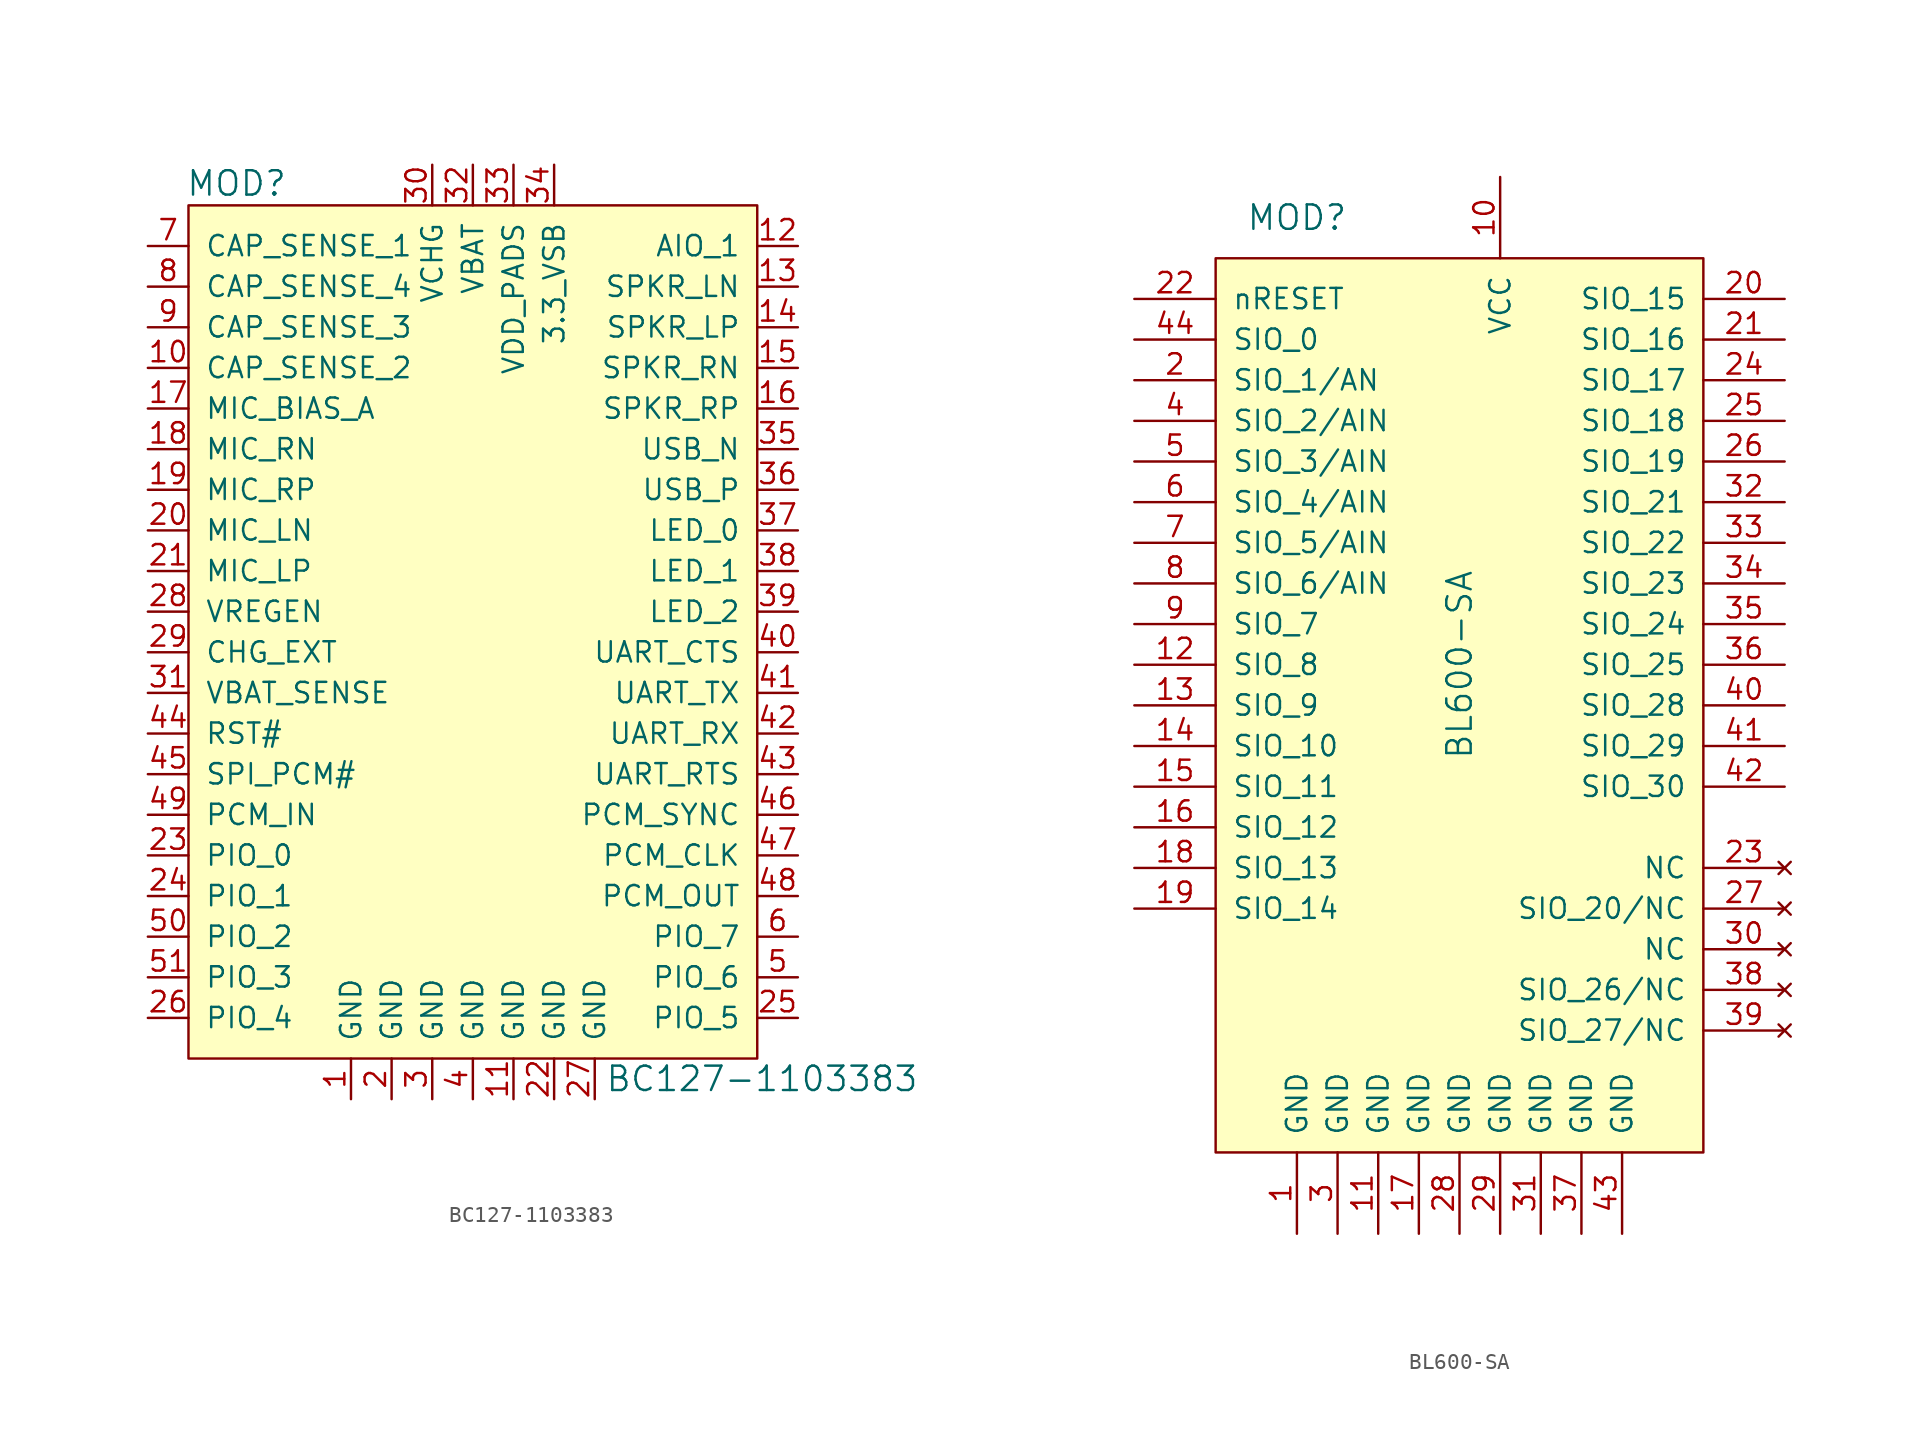
<source format=kicad_sym>
(kicad_symbol_lib
  (version 20211014)
  (generator kicad_symbol_editor)
  (symbol "BC127-1103383"
    (pin_names
      (offset 1.016))
    (property "Reference" "MOD"
      (at -15.418 16.612 0)
      (effects (font (size 1.524 1.524)) (justify left)))
    (property "Value" "BC127-1103383"
      (at 10.795 -39.37 0)
      (effects (font (size 1.524 1.524)) (justify left)))
    (symbol "BC127-1103383_0_1"
      (rectangle (start -15.24 15.24) (end 20.32 -38.1) (stroke (width 0) (type default) (color 0 0 0 0)) (fill (type background))))
    (symbol "BC127-1103383_1_1"
      (pin power_in line (at -5.08 -40.64 90) (length 2.54) (name "GND" (effects (font (size 1.27 1.27)))) (number "1" (effects (font (size 1.27 1.27)))))
      (pin input line (at -17.78 5.08 0) (length 2.54) (name "CAP_SENSE_2" (effects (font (size 1.27 1.27)))) (number "10" (effects (font (size 1.27 1.27)))))
      (pin power_in line (at 5.08 -40.64 90) (length 2.54) (name "GND" (effects (font (size 1.27 1.27)))) (number "11" (effects (font (size 1.27 1.27)))))
      (pin bidirectional line (at 22.86 12.7 180) (length 2.54) (name "AIO_1" (effects (font (size 1.27 1.27)))) (number "12" (effects (font (size 1.27 1.27)))))
      (pin output line (at 22.86 10.16 180) (length 2.54) (name "SPKR_LN" (effects (font (size 1.27 1.27)))) (number "13" (effects (font (size 1.27 1.27)))))
      (pin output line (at 22.86 7.62 180) (length 2.54) (name "SPKR_LP" (effects (font (size 1.27 1.27)))) (number "14" (effects (font (size 1.27 1.27)))))
      (pin output line (at 22.86 5.08 180) (length 2.54) (name "SPKR_RN" (effects (font (size 1.27 1.27)))) (number "15" (effects (font (size 1.27 1.27)))))
      (pin output line (at 22.86 2.54 180) (length 2.54) (name "SPKR_RP" (effects (font (size 1.27 1.27)))) (number "16" (effects (font (size 1.27 1.27)))))
      (pin input line (at -17.78 2.54 0) (length 2.54) (name "MIC_BIAS_A" (effects (font (size 1.27 1.27)))) (number "17" (effects (font (size 1.27 1.27)))))
      (pin input line (at -17.78 0 0) (length 2.54) (name "MIC_RN" (effects (font (size 1.27 1.27)))) (number "18" (effects (font (size 1.27 1.27)))))
      (pin input line (at -17.78 -2.54 0) (length 2.54) (name "MIC_RP" (effects (font (size 1.27 1.27)))) (number "19" (effects (font (size 1.27 1.27)))))
      (pin power_in line (at -2.54 -40.64 90) (length 2.54) (name "GND" (effects (font (size 1.27 1.27)))) (number "2" (effects (font (size 1.27 1.27)))))
      (pin input line (at -17.78 -5.08 0) (length 2.54) (name "MIC_LN" (effects (font (size 1.27 1.27)))) (number "20" (effects (font (size 1.27 1.27)))))
      (pin input line (at -17.78 -7.62 0) (length 2.54) (name "MIC_LP" (effects (font (size 1.27 1.27)))) (number "21" (effects (font (size 1.27 1.27)))))
      (pin power_in line (at 7.62 -40.64 90) (length 2.54) (name "GND" (effects (font (size 1.27 1.27)))) (number "22" (effects (font (size 1.27 1.27)))))
      (pin bidirectional line (at -17.78 -25.4 0) (length 2.54) (name "PIO_0" (effects (font (size 1.27 1.27)))) (number "23" (effects (font (size 1.27 1.27)))))
      (pin bidirectional line (at -17.78 -27.94 0) (length 2.54) (name "PIO_1" (effects (font (size 1.27 1.27)))) (number "24" (effects (font (size 1.27 1.27)))))
      (pin bidirectional line (at 22.86 -35.56 180) (length 2.54) (name "PIO_5" (effects (font (size 1.27 1.27)))) (number "25" (effects (font (size 1.27 1.27)))))
      (pin bidirectional line (at -17.78 -35.56 0) (length 2.54) (name "PIO_4" (effects (font (size 1.27 1.27)))) (number "26" (effects (font (size 1.27 1.27)))))
      (pin power_in line (at 10.16 -40.64 90) (length 2.54) (name "GND" (effects (font (size 1.27 1.27)))) (number "27" (effects (font (size 1.27 1.27)))))
      (pin input line (at -17.78 -10.16 0) (length 2.54) (name "VREGEN" (effects (font (size 1.27 1.27)))) (number "28" (effects (font (size 1.27 1.27)))))
      (pin input line (at -17.78 -12.7 0) (length 2.54) (name "CHG_EXT" (effects (font (size 1.27 1.27)))) (number "29" (effects (font (size 1.27 1.27)))))
      (pin power_in line (at 0 -40.64 90) (length 2.54) (name "GND" (effects (font (size 1.27 1.27)))) (number "3" (effects (font (size 1.27 1.27)))))
      (pin power_in line (at 0 17.78 270) (length 2.54) (name "VCHG" (effects (font (size 1.27 1.27)))) (number "30" (effects (font (size 1.27 1.27)))))
      (pin input line (at -17.78 -15.24 0) (length 2.54) (name "VBAT_SENSE" (effects (font (size 1.27 1.27)))) (number "31" (effects (font (size 1.27 1.27)))))
      (pin power_in line (at 2.54 17.78 270) (length 2.54) (name "VBAT" (effects (font (size 1.27 1.27)))) (number "32" (effects (font (size 1.27 1.27)))))
      (pin power_in line (at 5.08 17.78 270) (length 2.54) (name "VDD_PADS" (effects (font (size 1.27 1.27)))) (number "33" (effects (font (size 1.27 1.27)))))
      (pin power_in line (at 7.62 17.78 270) (length 2.54) (name "3.3_VSB" (effects (font (size 1.27 1.27)))) (number "34" (effects (font (size 1.27 1.27)))))
      (pin bidirectional line (at 22.86 0 180) (length 2.54) (name "USB_N" (effects (font (size 1.27 1.27)))) (number "35" (effects (font (size 1.27 1.27)))))
      (pin bidirectional line (at 22.86 -2.54 180) (length 2.54) (name "USB_P" (effects (font (size 1.27 1.27)))) (number "36" (effects (font (size 1.27 1.27)))))
      (pin output line (at 22.86 -5.08 180) (length 2.54) (name "LED_0" (effects (font (size 1.27 1.27)))) (number "37" (effects (font (size 1.27 1.27)))))
      (pin output line (at 22.86 -7.62 180) (length 2.54) (name "LED_1" (effects (font (size 1.27 1.27)))) (number "38" (effects (font (size 1.27 1.27)))))
      (pin output line (at 22.86 -10.16 180) (length 2.54) (name "LED_2" (effects (font (size 1.27 1.27)))) (number "39" (effects (font (size 1.27 1.27)))))
      (pin power_in line (at 2.54 -40.64 90) (length 2.54) (name "GND" (effects (font (size 1.27 1.27)))) (number "4" (effects (font (size 1.27 1.27)))))
      (pin bidirectional line (at 22.86 -12.7 180) (length 2.54) (name "UART_CTS" (effects (font (size 1.27 1.27)))) (number "40" (effects (font (size 1.27 1.27)))))
      (pin bidirectional line (at 22.86 -15.24 180) (length 2.54) (name "UART_TX" (effects (font (size 1.27 1.27)))) (number "41" (effects (font (size 1.27 1.27)))))
      (pin bidirectional line (at 22.86 -17.78 180) (length 2.54) (name "UART_RX" (effects (font (size 1.27 1.27)))) (number "42" (effects (font (size 1.27 1.27)))))
      (pin bidirectional line (at 22.86 -20.32 180) (length 2.54) (name "UART_RTS" (effects (font (size 1.27 1.27)))) (number "43" (effects (font (size 1.27 1.27)))))
      (pin input line (at -17.78 -17.78 0) (length 2.54) (name "RST#" (effects (font (size 1.27 1.27)))) (number "44" (effects (font (size 1.27 1.27)))))
      (pin input line (at -17.78 -20.32 0) (length 2.54) (name "SPI_PCM#" (effects (font (size 1.27 1.27)))) (number "45" (effects (font (size 1.27 1.27)))))
      (pin bidirectional line (at 22.86 -22.86 180) (length 2.54) (name "PCM_SYNC" (effects (font (size 1.27 1.27)))) (number "46" (effects (font (size 1.27 1.27)))))
      (pin bidirectional line (at 22.86 -25.4 180) (length 2.54) (name "PCM_CLK" (effects (font (size 1.27 1.27)))) (number "47" (effects (font (size 1.27 1.27)))))
      (pin output line (at 22.86 -27.94 180) (length 2.54) (name "PCM_OUT" (effects (font (size 1.27 1.27)))) (number "48" (effects (font (size 1.27 1.27)))))
      (pin input line (at -17.78 -22.86 0) (length 2.54) (name "PCM_IN" (effects (font (size 1.27 1.27)))) (number "49" (effects (font (size 1.27 1.27)))))
      (pin bidirectional line (at 22.86 -33.02 180) (length 2.54) (name "PIO_6" (effects (font (size 1.27 1.27)))) (number "5" (effects (font (size 1.27 1.27)))))
      (pin bidirectional line (at -17.78 -30.48 0) (length 2.54) (name "PIO_2" (effects (font (size 1.27 1.27)))) (number "50" (effects (font (size 1.27 1.27)))))
      (pin bidirectional line (at -17.78 -33.02 0) (length 2.54) (name "PIO_3" (effects (font (size 1.27 1.27)))) (number "51" (effects (font (size 1.27 1.27)))))
      (pin bidirectional line (at 22.86 -30.48 180) (length 2.54) (name "PIO_7" (effects (font (size 1.27 1.27)))) (number "6" (effects (font (size 1.27 1.27)))))
      (pin input line (at -17.78 12.7 0) (length 2.54) (name "CAP_SENSE_1" (effects (font (size 1.27 1.27)))) (number "7" (effects (font (size 1.27 1.27)))))
      (pin input line (at -17.78 10.16 0) (length 2.54) (name "CAP_SENSE_4" (effects (font (size 1.27 1.27)))) (number "8" (effects (font (size 1.27 1.27)))))
      (pin input line (at -17.78 7.62 0) (length 2.54) (name "CAP_SENSE_3" (effects (font (size 1.27 1.27)))) (number "9" (effects (font (size 1.27 1.27)))))))
  (symbol "BL600-SA"
    (pin_names
      (offset 1.016))
    (property "Reference" "MOD"
      (at -7.62 27.94 0)
      (effects (font (size 1.524 1.524))))
    (property "Value" "BL600-SA"
      (at 2.54 0 90)
      (effects (font (size 1.524 1.524))))
    (symbol "BL600-SA_0_1"
      (rectangle (start -12.7 25.4) (end 17.78 -30.48) (stroke (width 0) (type default) (color 0 0 0 0)) (fill (type background))))
    (symbol "BL600-SA_1_1"
      (pin power_in line (at -7.62 -35.56 90) (length 5.08) (name "GND" (effects (font (size 1.27 1.27)))) (number "1" (effects (font (size 1.27 1.27)))))
      (pin power_in line (at 5.08 30.48 270) (length 5.08) (name "VCC" (effects (font (size 1.27 1.27)))) (number "10" (effects (font (size 1.27 1.27)))))
      (pin power_in line (at -2.54 -35.56 90) (length 5.08) (name "GND" (effects (font (size 1.27 1.27)))) (number "11" (effects (font (size 1.27 1.27)))))
      (pin bidirectional line (at -17.78 0 0) (length 5.08) (name "SIO_8" (effects (font (size 1.27 1.27)))) (number "12" (effects (font (size 1.27 1.27)))))
      (pin bidirectional line (at -17.78 -2.54 0) (length 5.08) (name "SIO_9" (effects (font (size 1.27 1.27)))) (number "13" (effects (font (size 1.27 1.27)))))
      (pin bidirectional line (at -17.78 -5.08 0) (length 5.08) (name "SIO_10" (effects (font (size 1.27 1.27)))) (number "14" (effects (font (size 1.27 1.27)))))
      (pin bidirectional line (at -17.78 -7.62 0) (length 5.08) (name "SIO_11" (effects (font (size 1.27 1.27)))) (number "15" (effects (font (size 1.27 1.27)))))
      (pin bidirectional line (at -17.78 -10.16 0) (length 5.08) (name "SIO_12" (effects (font (size 1.27 1.27)))) (number "16" (effects (font (size 1.27 1.27)))))
      (pin bidirectional line (at 0 -35.56 90) (length 5.08) (name "GND" (effects (font (size 1.27 1.27)))) (number "17" (effects (font (size 1.27 1.27)))))
      (pin bidirectional line (at -17.78 -12.7 0) (length 5.08) (name "SIO_13" (effects (font (size 1.27 1.27)))) (number "18" (effects (font (size 1.27 1.27)))))
      (pin bidirectional line (at -17.78 -15.24 0) (length 5.08) (name "SIO_14" (effects (font (size 1.27 1.27)))) (number "19" (effects (font (size 1.27 1.27)))))
      (pin bidirectional line (at -17.78 17.78 0) (length 5.08) (name "SIO_1/AN" (effects (font (size 1.27 1.27)))) (number "2" (effects (font (size 1.27 1.27)))))
      (pin bidirectional line (at 22.86 22.86 180) (length 5.08) (name "SIO_15" (effects (font (size 1.27 1.27)))) (number "20" (effects (font (size 1.27 1.27)))))
      (pin bidirectional line (at 22.86 20.32 180) (length 5.08) (name "SIO_16" (effects (font (size 1.27 1.27)))) (number "21" (effects (font (size 1.27 1.27)))))
      (pin input line (at -17.78 22.86 0) (length 5.08) (name "nRESET" (effects (font (size 1.27 1.27)))) (number "22" (effects (font (size 1.27 1.27)))))
      (pin no_connect line (at 22.86 -12.7 180) (length 5.08) (name "NC" (effects (font (size 1.27 1.27)))) (number "23" (effects (font (size 1.27 1.27)))))
      (pin bidirectional line (at 22.86 17.78 180) (length 5.08) (name "SIO_17" (effects (font (size 1.27 1.27)))) (number "24" (effects (font (size 1.27 1.27)))))
      (pin bidirectional line (at 22.86 15.24 180) (length 5.08) (name "SIO_18" (effects (font (size 1.27 1.27)))) (number "25" (effects (font (size 1.27 1.27)))))
      (pin bidirectional line (at 22.86 12.7 180) (length 5.08) (name "SIO_19" (effects (font (size 1.27 1.27)))) (number "26" (effects (font (size 1.27 1.27)))))
      (pin no_connect line (at 22.86 -15.24 180) (length 5.08) (name "SIO_20/NC" (effects (font (size 1.27 1.27)))) (number "27" (effects (font (size 1.27 1.27)))))
      (pin power_in line (at 2.54 -35.56 90) (length 5.08) (name "GND" (effects (font (size 1.27 1.27)))) (number "28" (effects (font (size 1.27 1.27)))))
      (pin power_in line (at 5.08 -35.56 90) (length 5.08) (name "GND" (effects (font (size 1.27 1.27)))) (number "29" (effects (font (size 1.27 1.27)))))
      (pin power_in line (at -5.08 -35.56 90) (length 5.08) (name "GND" (effects (font (size 1.27 1.27)))) (number "3" (effects (font (size 1.27 1.27)))))
      (pin no_connect line (at 22.86 -17.78 180) (length 5.08) (name "NC" (effects (font (size 1.27 1.27)))) (number "30" (effects (font (size 1.27 1.27)))))
      (pin power_in line (at 7.62 -35.56 90) (length 5.08) (name "GND" (effects (font (size 1.27 1.27)))) (number "31" (effects (font (size 1.27 1.27)))))
      (pin bidirectional line (at 22.86 10.16 180) (length 5.08) (name "SIO_21" (effects (font (size 1.27 1.27)))) (number "32" (effects (font (size 1.27 1.27)))))
      (pin bidirectional line (at 22.86 7.62 180) (length 5.08) (name "SIO_22" (effects (font (size 1.27 1.27)))) (number "33" (effects (font (size 1.27 1.27)))))
      (pin bidirectional line (at 22.86 5.08 180) (length 5.08) (name "SIO_23" (effects (font (size 1.27 1.27)))) (number "34" (effects (font (size 1.27 1.27)))))
      (pin bidirectional line (at 22.86 2.54 180) (length 5.08) (name "SIO_24" (effects (font (size 1.27 1.27)))) (number "35" (effects (font (size 1.27 1.27)))))
      (pin bidirectional line (at 22.86 0 180) (length 5.08) (name "SIO_25" (effects (font (size 1.27 1.27)))) (number "36" (effects (font (size 1.27 1.27)))))
      (pin power_in line (at 10.16 -35.56 90) (length 5.08) (name "GND" (effects (font (size 1.27 1.27)))) (number "37" (effects (font (size 1.27 1.27)))))
      (pin no_connect line (at 22.86 -20.32 180) (length 5.08) (name "SIO_26/NC" (effects (font (size 1.27 1.27)))) (number "38" (effects (font (size 1.27 1.27)))))
      (pin no_connect line (at 22.86 -22.86 180) (length 5.08) (name "SIO_27/NC" (effects (font (size 1.27 1.27)))) (number "39" (effects (font (size 1.27 1.27)))))
      (pin bidirectional line (at -17.78 15.24 0) (length 5.08) (name "SIO_2/AIN" (effects (font (size 1.27 1.27)))) (number "4" (effects (font (size 1.27 1.27)))))
      (pin bidirectional line (at 22.86 -2.54 180) (length 5.08) (name "SIO_28" (effects (font (size 1.27 1.27)))) (number "40" (effects (font (size 1.27 1.27)))))
      (pin bidirectional line (at 22.86 -5.08 180) (length 5.08) (name "SIO_29" (effects (font (size 1.27 1.27)))) (number "41" (effects (font (size 1.27 1.27)))))
      (pin bidirectional line (at 22.86 -7.62 180) (length 5.08) (name "SIO_30" (effects (font (size 1.27 1.27)))) (number "42" (effects (font (size 1.27 1.27)))))
      (pin power_in line (at 12.7 -35.56 90) (length 5.08) (name "GND" (effects (font (size 1.27 1.27)))) (number "43" (effects (font (size 1.27 1.27)))))
      (pin bidirectional line (at -17.78 20.32 0) (length 5.08) (name "SIO_0" (effects (font (size 1.27 1.27)))) (number "44" (effects (font (size 1.27 1.27)))))
      (pin bidirectional line (at -17.78 12.7 0) (length 5.08) (name "SIO_3/AIN" (effects (font (size 1.27 1.27)))) (number "5" (effects (font (size 1.27 1.27)))))
      (pin bidirectional line (at -17.78 10.16 0) (length 5.08) (name "SIO_4/AIN" (effects (font (size 1.27 1.27)))) (number "6" (effects (font (size 1.27 1.27)))))
      (pin bidirectional line (at -17.78 7.62 0) (length 5.08) (name "SIO_5/AIN" (effects (font (size 1.27 1.27)))) (number "7" (effects (font (size 1.27 1.27)))))
      (pin bidirectional line (at -17.78 5.08 0) (length 5.08) (name "SIO_6/AIN" (effects (font (size 1.27 1.27)))) (number "8" (effects (font (size 1.27 1.27)))))
      (pin bidirectional line (at -17.78 2.54 0) (length 5.08) (name "SIO_7" (effects (font (size 1.27 1.27)))) (number "9" (effects (font (size 1.27 1.27))))))))
</source>
